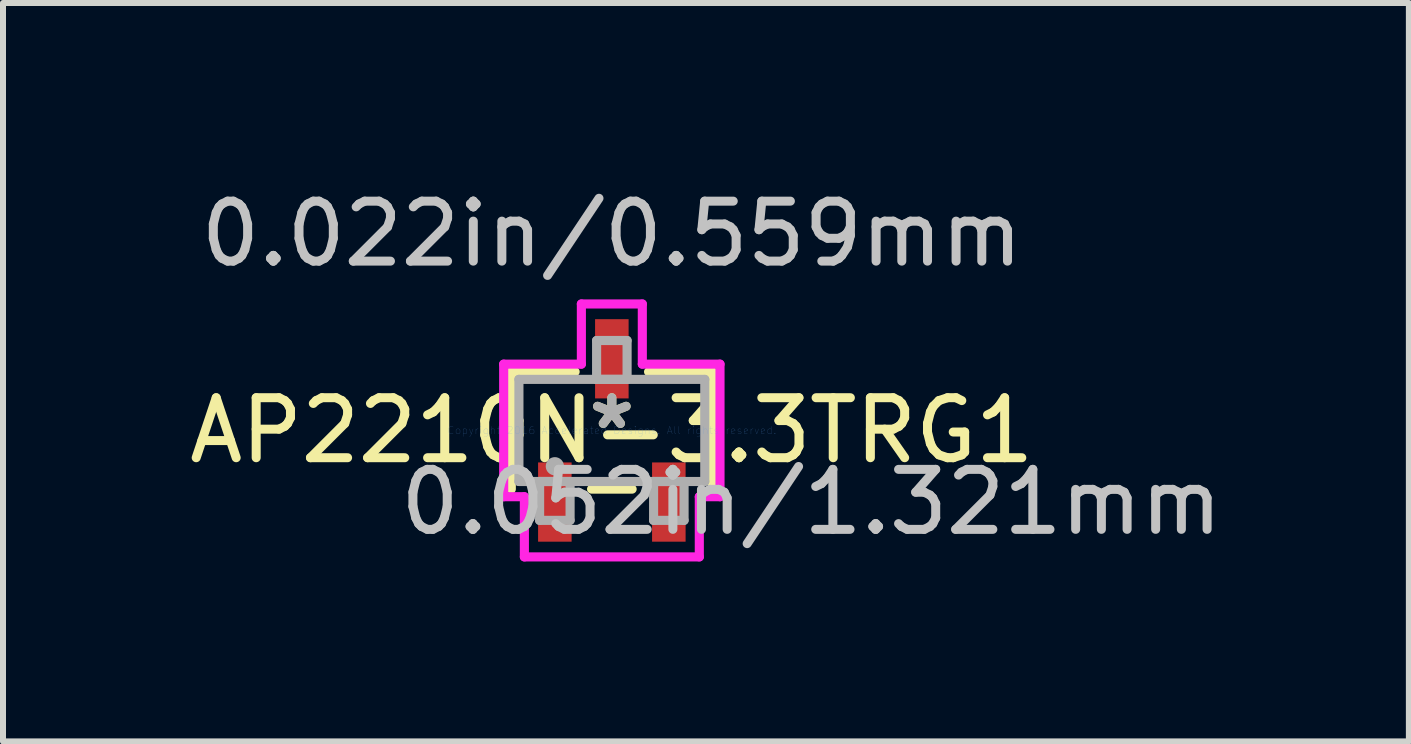
<source format=kicad_pcb>
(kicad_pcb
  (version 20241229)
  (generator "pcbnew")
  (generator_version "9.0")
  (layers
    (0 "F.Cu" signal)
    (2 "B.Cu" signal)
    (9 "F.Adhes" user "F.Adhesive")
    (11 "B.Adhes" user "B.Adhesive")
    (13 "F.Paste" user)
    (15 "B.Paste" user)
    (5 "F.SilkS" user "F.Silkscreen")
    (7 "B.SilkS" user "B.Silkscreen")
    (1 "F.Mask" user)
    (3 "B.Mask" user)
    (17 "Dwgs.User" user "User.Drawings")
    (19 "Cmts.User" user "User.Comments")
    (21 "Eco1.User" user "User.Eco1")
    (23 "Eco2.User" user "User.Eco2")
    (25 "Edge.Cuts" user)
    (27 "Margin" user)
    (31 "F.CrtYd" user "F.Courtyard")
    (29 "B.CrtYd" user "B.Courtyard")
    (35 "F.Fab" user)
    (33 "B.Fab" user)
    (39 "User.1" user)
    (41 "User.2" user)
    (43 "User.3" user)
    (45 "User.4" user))
  (footprint "AP2210N-3.3TRG1"
    (layer "F.Cu")
    (at 7.149 4.125)
    (property "Reference" "AP2210N-3.3TRG1" (at 0 0 0) (layer "F.SilkS") (effects (font (size 1 1) (thickness 0.15))))
    (attr through_hole)
    (fp_line (start -1.676 -0.978) (end -1.676 0.978) (stroke (width 0.152) (type solid)) (layer "F.SilkS"))
    (fp_line (start -0.612 -0.978) (end -1.676 -0.978) (stroke (width 0.152) (type solid)) (layer "F.SilkS"))
    (fp_line (start -0.338 0.978) (end 0.338 0.978) (stroke (width 0.152) (type solid)) (layer "F.SilkS"))
    (fp_line (start 1.676 -0.978) (end 0.612 -0.978) (stroke (width 0.152) (type solid)) (layer "F.SilkS"))
    (fp_line (start 1.676 0.978) (end 1.676 -0.978) (stroke (width 0.152) (type solid)) (layer "F.SilkS"))
    (fp_line (start -1.803 -1.105) (end -0.508 -1.105) (stroke (width 0.152) (type solid)) (layer "F.CrtYd"))
    (fp_line (start -1.803 1.105) (end -1.803 -1.105) (stroke (width 0.152) (type solid)) (layer "F.CrtYd"))
    (fp_line (start -1.458 1.105) (end -1.803 1.105) (stroke (width 0.152) (type solid)) (layer "F.CrtYd"))
    (fp_line (start -1.458 2.108) (end -1.458 1.105) (stroke (width 0.152) (type solid)) (layer "F.CrtYd"))
    (fp_line (start -0.508 -2.108) (end 0.508 -2.108) (stroke (width 0.152) (type solid)) (layer "F.CrtYd"))
    (fp_line (start -0.508 -1.105) (end -0.508 -2.108) (stroke (width 0.152) (type solid)) (layer "F.CrtYd"))
    (fp_line (start 0.508 -2.108) (end 0.508 -1.105) (stroke (width 0.152) (type solid)) (layer "F.CrtYd"))
    (fp_line (start 0.508 -1.105) (end 1.803 -1.105) (stroke (width 0.152) (type solid)) (layer "F.CrtYd"))
    (fp_line (start 1.458 1.105) (end 1.458 2.108) (stroke (width 0.152) (type solid)) (layer "F.CrtYd"))
    (fp_line (start 1.458 2.108) (end -1.458 2.108) (stroke (width 0.152) (type solid)) (layer "F.CrtYd"))
    (fp_line (start 1.803 -1.105) (end 1.803 1.105) (stroke (width 0.152) (type solid)) (layer "F.CrtYd"))
    (fp_line (start 1.803 1.105) (end 1.458 1.105) (stroke (width 0.152) (type solid)) (layer "F.CrtYd"))
    (fp_line (start -1.549 -0.851) (end -1.549 0.851) (stroke (width 0.152) (type solid)) (layer "F.Fab"))
    (fp_line (start -1.549 0.851) (end 1.549 0.851) (stroke (width 0.152) (type solid)) (layer "F.Fab"))
    (fp_line (start -1.204 0.851) (end -1.204 1.499) (stroke (width 0.152) (type solid)) (layer "F.Fab"))
    (fp_line (start -1.204 1.499) (end -0.696 1.499) (stroke (width 0.152) (type solid)) (layer "F.Fab"))
    (fp_line (start -0.696 0.851) (end -1.204 0.851) (stroke (width 0.152) (type solid)) (layer "F.Fab"))
    (fp_line (start -0.696 1.499) (end -0.696 0.851) (stroke (width 0.152) (type solid)) (layer "F.Fab"))
    (fp_line (start -0.254 -1.499) (end -0.254 -0.851) (stroke (width 0.152) (type solid)) (layer "F.Fab"))
    (fp_line (start -0.254 -0.851) (end 0.254 -0.851) (stroke (width 0.152) (type solid)) (layer "F.Fab"))
    (fp_line (start 0.254 -1.499) (end -0.254 -1.499) (stroke (width 0.152) (type solid)) (layer "F.Fab"))
    (fp_line (start 0.254 -0.851) (end 0.254 -1.499) (stroke (width 0.152) (type solid)) (layer "F.Fab"))
    (fp_line (start 0.696 0.851) (end 0.696 1.499) (stroke (width 0.152) (type solid)) (layer "F.Fab"))
    (fp_line (start 0.696 1.499) (end 1.204 1.499) (stroke (width 0.152) (type solid)) (layer "F.Fab"))
    (fp_line (start 1.204 0.851) (end 0.696 0.851) (stroke (width 0.152) (type solid)) (layer "F.Fab"))
    (fp_line (start 1.204 1.499) (end 1.204 0.851) (stroke (width 0.152) (type solid)) (layer "F.Fab"))
    (fp_line (start 1.549 -0.851) (end -1.549 -0.851) (stroke (width 0.152) (type solid)) (layer "F.Fab"))
    (fp_line (start 1.549 0.851) (end 1.549 -0.851) (stroke (width 0.152) (type solid)) (layer "F.Fab"))
    (fp_circle (center -0.95 0.597) (end -0.95 0.597) (stroke (width 0.152) (type solid)) (fill no) (layer "F.Fab"))
    (fp_text user "*" (at 0 0 0) (layer "F.SilkS") (effects (font (size 1 1) (thickness 0.15))))
    (fp_text user "0.052in/1.321mm" (at 3.327 1.194 0) (layer "Dwgs.User") (effects (font (size 1 1) (thickness 0.15))))
    (fp_text user "0.022in/0.559mm" (at 0 -3.277 0) (layer "Dwgs.User") (effects (font (size 1 1) (thickness 0.15))))
    (fp_text user "Copyright 2016 Accelerated Designs. All rights reserved." (at 0 0 0) (layer "Cmts.User") (effects (font (size 0.127 0.127) (thickness 0.002))))
    (fp_text user "*" (at 0 0 0) (layer "F.Fab") (effects (font (size 1 1) (thickness 0.15))))
    (pad "1" smd rect (at -0.95 1.194) (size 0.559 1.321) (layers "F.Cu" "F.Mask" "F.Paste"))
    (pad "2" smd rect (at 0.95 1.194) (size 0.559 1.321) (layers "F.Cu" "F.Mask" "F.Paste"))
    (pad "3" smd rect (at 0 -1.194) (size 0.559 1.321) (layers "F.Cu" "F.Mask" "F.Paste")))
  (gr_rect
    (start -3 -3)
    (end 20.435 9.309)
    (stroke (width 0.1) (type default))
    (fill no)
    (layer "Edge.Cuts")))
</source>
